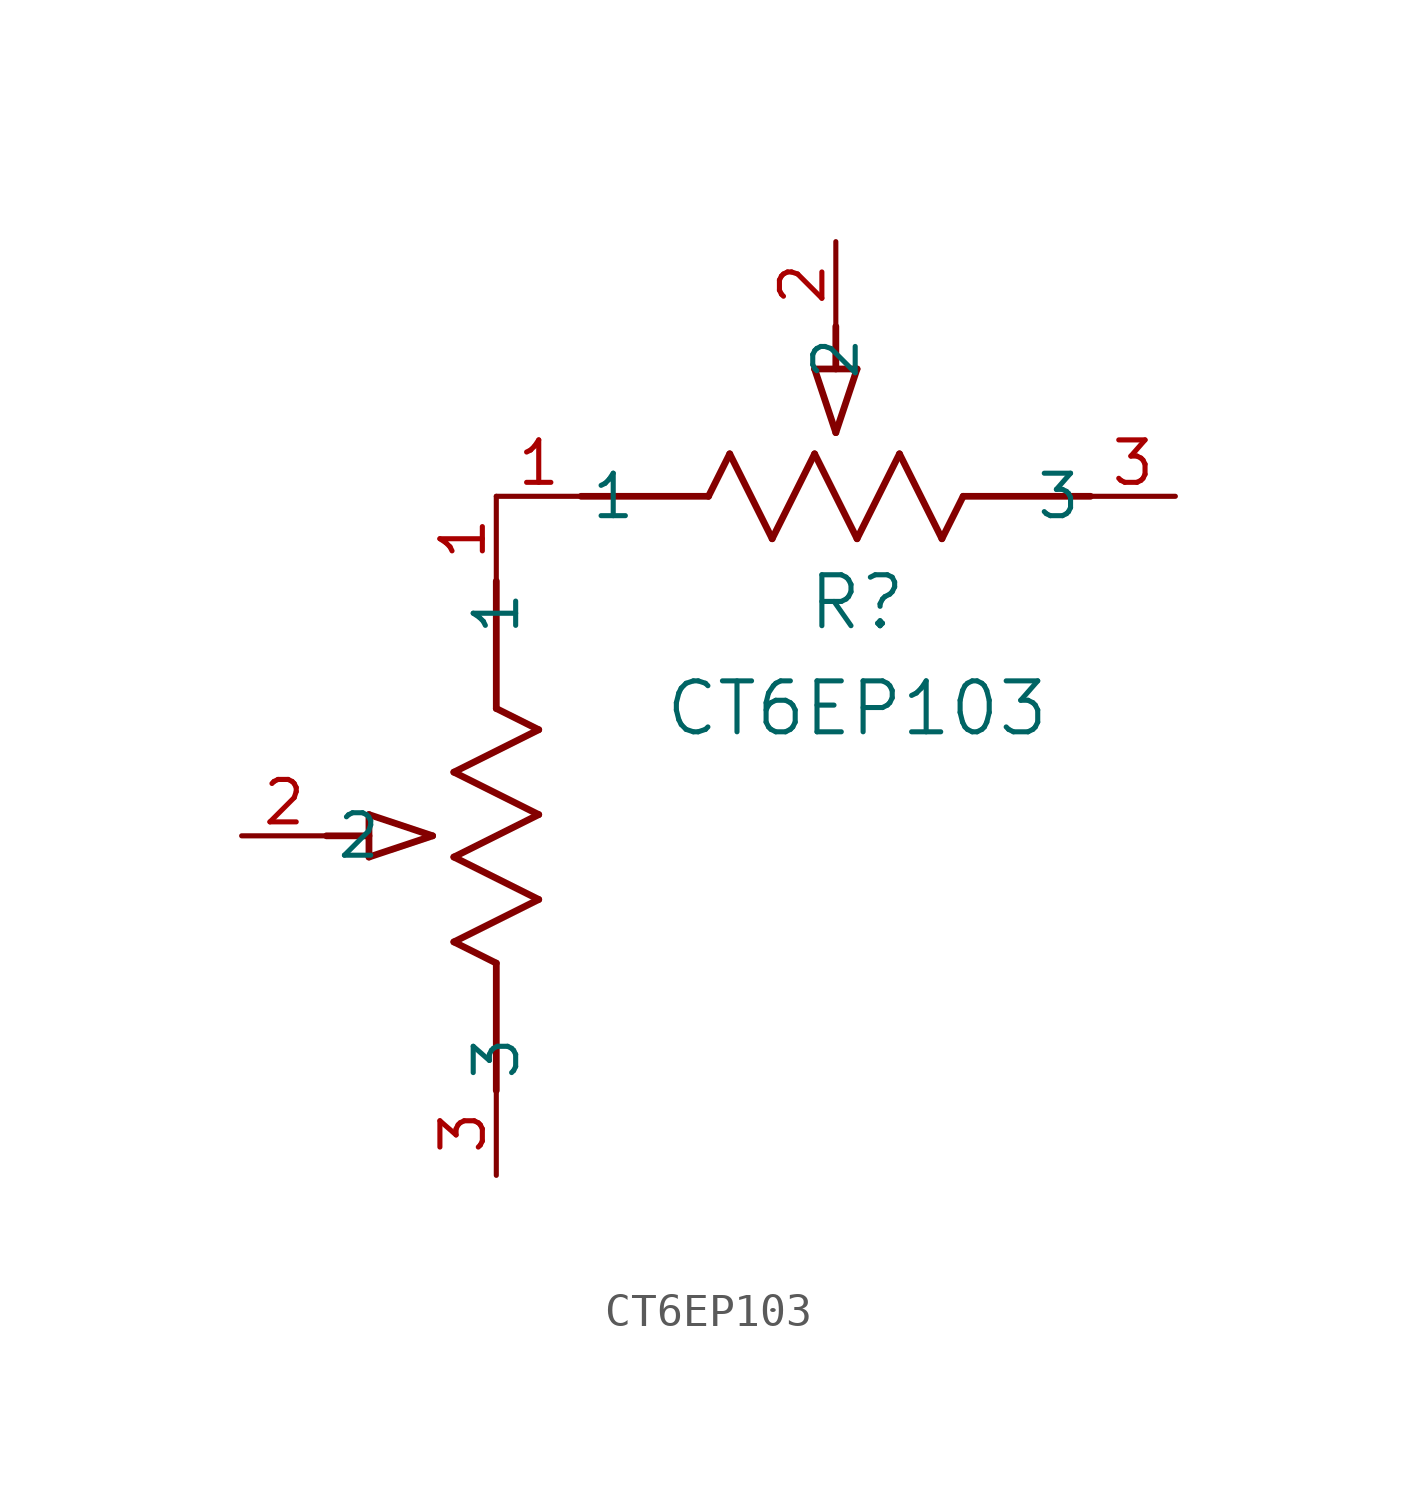
<source format=kicad_sym>
(kicad_symbol_lib
  (version 20211014)
  (generator kicad_symbol_editor)
  (symbol "CT6EP103"
    (pin_names
      (offset 0.254))
    (property "Reference" "R"
      (at 10.795 -3.175 0)
      (effects (font (size 1.524 1.524))))
    (property "Value" "CT6EP103"
      (at 10.795 -6.35 0)
      (effects (font (size 1.524 1.524))))
    (symbol "CT6EP103_0_0"
      (polyline (pts (xy 9.525 3.81) (xy 10.16 1.905)) (stroke (width 0.203) (type default) (color 0 0 0 0)) (fill (type none)))
      (polyline (pts (xy 10.795 3.81) (xy 10.16 1.905)) (stroke (width 0.203) (type default) (color 0 0 0 0)) (fill (type none)))
      (polyline (pts (xy 9.525 3.81) (xy 10.795 3.81)) (stroke (width 0.203) (type default) (color 0 0 0 0)) (fill (type none)))
      (polyline (pts (xy 10.16 3.81) (xy 10.16 5.08)) (stroke (width 0.203) (type default) (color 0 0 0 0)) (fill (type none)))
      (polyline (pts (xy 6.35 0) (xy 6.985 1.27)) (stroke (width 0.203) (type default) (color 0 0 0 0)) (fill (type none)))
      (polyline (pts (xy 9.525 1.27) (xy 10.795 -1.27)) (stroke (width 0.203) (type default) (color 0 0 0 0)) (fill (type none)))
      (polyline (pts (xy 10.795 -1.27) (xy 12.065 1.27)) (stroke (width 0.203) (type default) (color 0 0 0 0)) (fill (type none)))
      (polyline (pts (xy 8.255 -1.27) (xy 9.525 1.27)) (stroke (width 0.203) (type default) (color 0 0 0 0)) (fill (type none)))
      (polyline (pts (xy 6.985 1.27) (xy 8.255 -1.27)) (stroke (width 0.203) (type default) (color 0 0 0 0)) (fill (type none)))
      (polyline (pts (xy 13.335 -1.27) (xy 13.97 0)) (stroke (width 0.203) (type default) (color 0 0 0 0)) (fill (type none)))
      (polyline (pts (xy 13.97 0) (xy 17.78 0)) (stroke (width 0.203) (type default) (color 0 0 0 0)) (fill (type none)))
      (polyline (pts (xy 2.54 0) (xy 6.35 0)) (stroke (width 0.203) (type default) (color 0 0 0 0)) (fill (type none)))
      (polyline (pts (xy 12.065 1.27) (xy 13.335 -1.27)) (stroke (width 0.203) (type default) (color 0 0 0 0)) (fill (type none)))
      (pin unspecified line (at 20.32 0 180) (length 2.54) (name "3" (effects (font (size 1.27 1.27)))) (number "3" (effects (font (size 1.27 1.27)))))
      (pin unspecified line (at 10.16 7.62 270) (length 2.54) (name "2" (effects (font (size 1.27 1.27)))) (number "2" (effects (font (size 1.27 1.27)))))
      (pin unspecified line (at 0 0 0) (length 2.54) (name "1" (effects (font (size 1.27 1.27)))) (number "1" (effects (font (size 1.27 1.27))))))
    (polyline
      (pts (xy 0 -13.97) (xy -1.27 -13.335))
      (stroke (width 0.203) (type default) (color 0 0 0 0))
      (fill (type none)))
    (polyline
      (pts (xy 0 -17.78) (xy 0 -13.97))
      (stroke (width 0.203) (type default) (color 0 0 0 0))
      (fill (type none)))
    (polyline
      (pts (xy -3.81 -10.795) (xy -1.905 -10.16))
      (stroke (width 0.203) (type default) (color 0 0 0 0))
      (fill (type none)))
    (polyline
      (pts (xy -3.81 -9.525) (xy -1.905 -10.16))
      (stroke (width 0.203) (type default) (color 0 0 0 0))
      (fill (type none)))
    (polyline
      (pts (xy -3.81 -10.795) (xy -3.81 -9.525))
      (stroke (width 0.203) (type default) (color 0 0 0 0))
      (fill (type none)))
    (polyline
      (pts (xy 1.27 -12.065) (xy -1.27 -10.795))
      (stroke (width 0.203) (type default) (color 0 0 0 0))
      (fill (type none)))
    (polyline
      (pts (xy -1.27 -10.795) (xy 1.27 -9.525))
      (stroke (width 0.203) (type default) (color 0 0 0 0))
      (fill (type none)))
    (polyline
      (pts (xy 1.27 -9.525) (xy -1.27 -8.255))
      (stroke (width 0.203) (type default) (color 0 0 0 0))
      (fill (type none)))
    (polyline
      (pts (xy -1.27 -8.255) (xy 1.27 -6.985))
      (stroke (width 0.203) (type default) (color 0 0 0 0))
      (fill (type none)))
    (polyline
      (pts (xy 1.27 -6.985) (xy 0 -6.35))
      (stroke (width 0.203) (type default) (color 0 0 0 0))
      (fill (type none)))
    (polyline
      (pts (xy -1.27 -13.335) (xy 1.27 -12.065))
      (stroke (width 0.203) (type default) (color 0 0 0 0))
      (fill (type none)))
    (polyline
      (pts (xy 0 -6.35) (xy 0 -2.54))
      (stroke (width 0.203) (type default) (color 0 0 0 0))
      (fill (type none)))
    (polyline
      (pts (xy -3.81 -10.16) (xy -5.08 -10.16))
      (stroke (width 0.203) (type default) (color 0 0 0 0))
      (fill (type none)))
    (pin unspecified line
      (at 0 -20.32 90)
      (length 2.54)
      (name "3" (effects (font (size 1.27 1.27))))
      (number "3" (effects (font (size 1.27 1.27)))))
    (pin unspecified line
      (at -7.62 -10.16 0)
      (length 2.54)
      (name "2" (effects (font (size 1.27 1.27))))
      (number "2" (effects (font (size 1.27 1.27)))))
    (pin unspecified line
      (at 0 0 270)
      (length 2.54)
      (name "1" (effects (font (size 1.27 1.27))))
      (number "1" (effects (font (size 1.27 1.27)))))))
</source>
